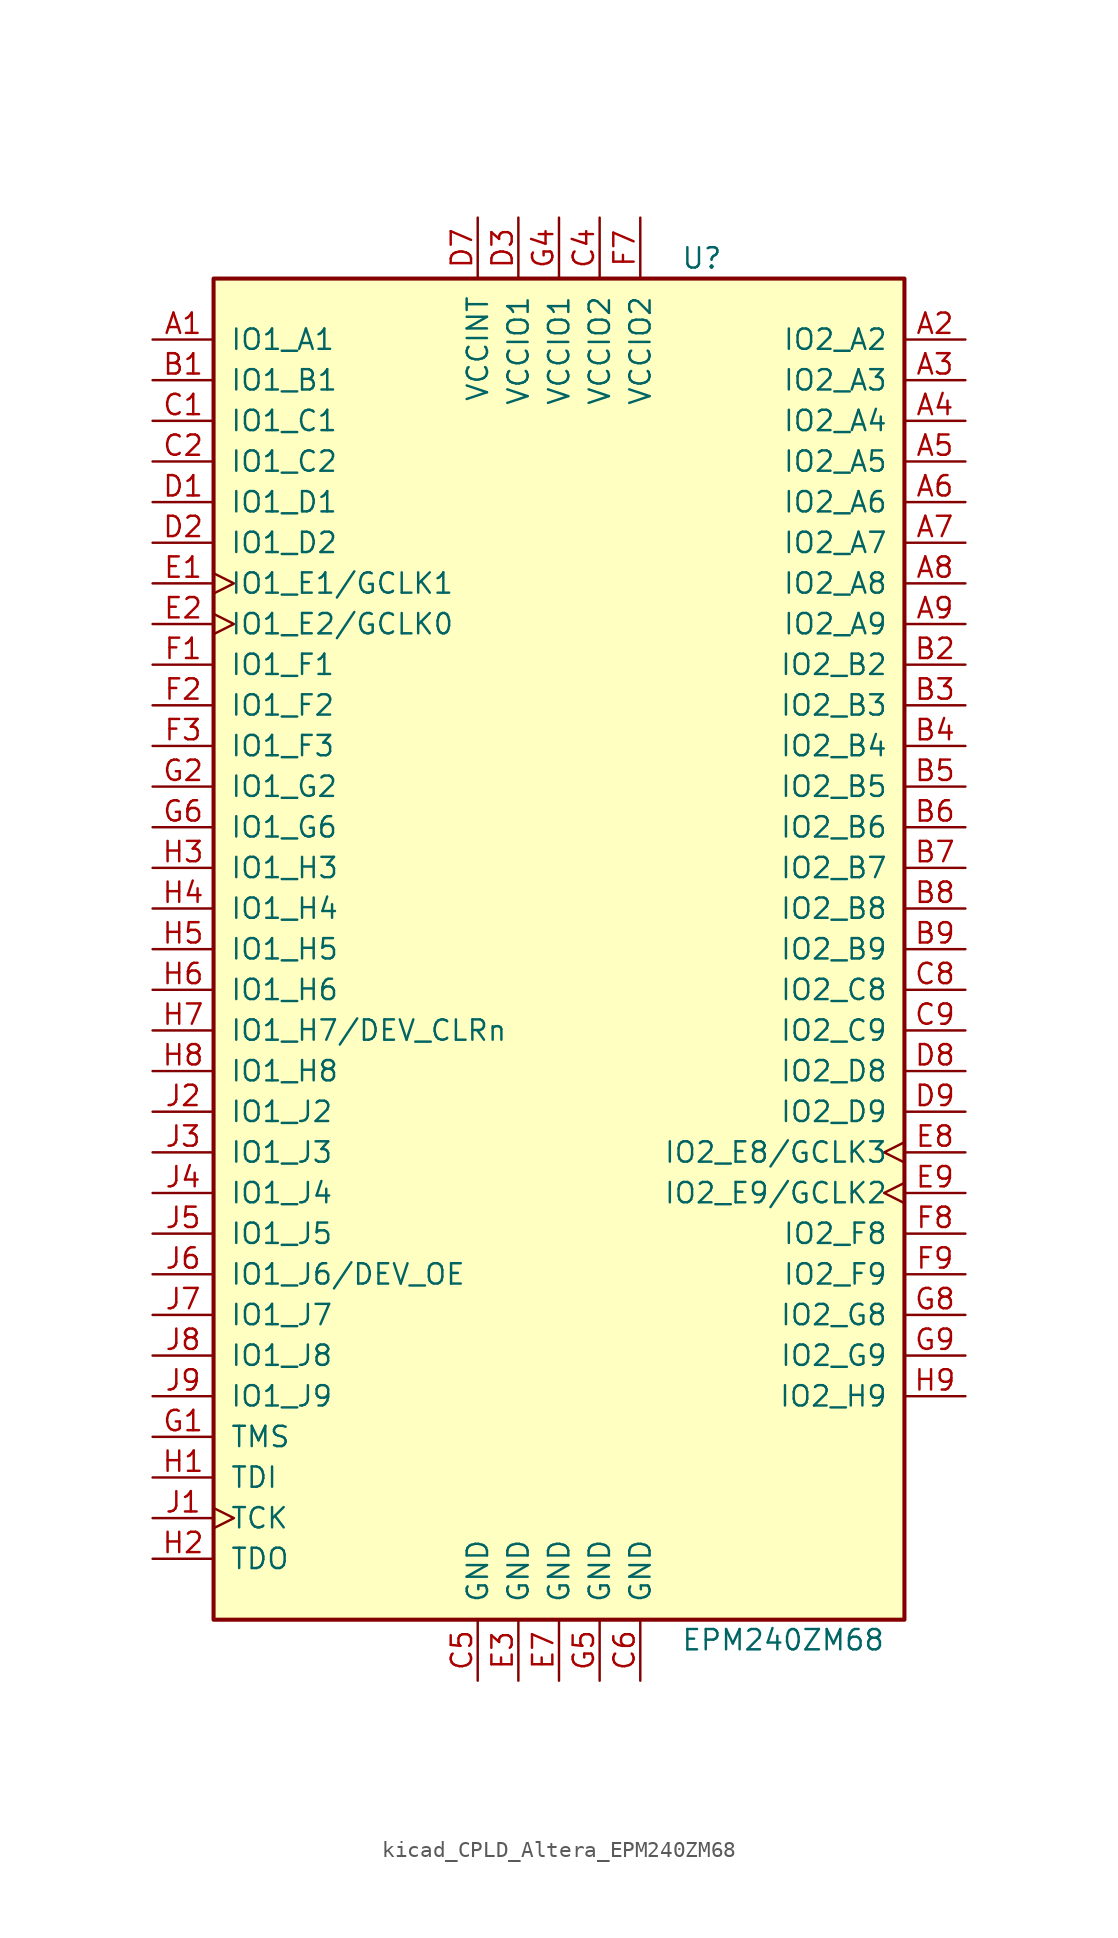
<source format=kicad_sym>
(kicad_symbol_lib
  (version 20220914)
  (generator kicad_symbol_editor)
  (symbol "kicad_CPLD_Altera_EPM240ZM68"
    (pin_names
      (offset 1.016))
    (property "Reference" "U"
      (at 7.62 43.18 0)
      (effects (font (size 1.27 1.27)) (justify left)))
    (property "Value" "EPM240ZM68"
      (at 7.62 -43.18 0)
      (effects (font (size 1.27 1.27)) (justify left)))
    (property "ki_locked" ""
      (at 0 0 0)
      (effects (font (size 1.27 1.27))))
    (symbol "kicad_CPLD_Altera_EPM240ZM68_1_1"
      (rectangle (start -21.59 41.91) (end 21.59 -41.91) (stroke (width 0.254) (type default)) (fill (type background)))
      (pin bidirectional line (at -25.4 38.1 0) (length 3.81) (name "IO1_A1" (effects (font (size 1.27 1.27)))) (number "A1" (effects (font (size 1.27 1.27)))))
      (pin bidirectional line (at 25.4 38.1 180) (length 3.81) (name "IO2_A2" (effects (font (size 1.27 1.27)))) (number "A2" (effects (font (size 1.27 1.27)))))
      (pin bidirectional line (at 25.4 35.56 180) (length 3.81) (name "IO2_A3" (effects (font (size 1.27 1.27)))) (number "A3" (effects (font (size 1.27 1.27)))))
      (pin bidirectional line (at 25.4 33.02 180) (length 3.81) (name "IO2_A4" (effects (font (size 1.27 1.27)))) (number "A4" (effects (font (size 1.27 1.27)))))
      (pin bidirectional line (at 25.4 30.48 180) (length 3.81) (name "IO2_A5" (effects (font (size 1.27 1.27)))) (number "A5" (effects (font (size 1.27 1.27)))))
      (pin bidirectional line (at 25.4 27.94 180) (length 3.81) (name "IO2_A6" (effects (font (size 1.27 1.27)))) (number "A6" (effects (font (size 1.27 1.27)))))
      (pin bidirectional line (at 25.4 25.4 180) (length 3.81) (name "IO2_A7" (effects (font (size 1.27 1.27)))) (number "A7" (effects (font (size 1.27 1.27)))))
      (pin bidirectional line (at 25.4 22.86 180) (length 3.81) (name "IO2_A8" (effects (font (size 1.27 1.27)))) (number "A8" (effects (font (size 1.27 1.27)))))
      (pin bidirectional line (at 25.4 20.32 180) (length 3.81) (name "IO2_A9" (effects (font (size 1.27 1.27)))) (number "A9" (effects (font (size 1.27 1.27)))))
      (pin bidirectional line (at -25.4 35.56 0) (length 3.81) (name "IO1_B1" (effects (font (size 1.27 1.27)))) (number "B1" (effects (font (size 1.27 1.27)))))
      (pin bidirectional line (at 25.4 17.78 180) (length 3.81) (name "IO2_B2" (effects (font (size 1.27 1.27)))) (number "B2" (effects (font (size 1.27 1.27)))))
      (pin bidirectional line (at 25.4 15.24 180) (length 3.81) (name "IO2_B3" (effects (font (size 1.27 1.27)))) (number "B3" (effects (font (size 1.27 1.27)))))
      (pin bidirectional line (at 25.4 12.7 180) (length 3.81) (name "IO2_B4" (effects (font (size 1.27 1.27)))) (number "B4" (effects (font (size 1.27 1.27)))))
      (pin bidirectional line (at 25.4 10.16 180) (length 3.81) (name "IO2_B5" (effects (font (size 1.27 1.27)))) (number "B5" (effects (font (size 1.27 1.27)))))
      (pin bidirectional line (at 25.4 7.62 180) (length 3.81) (name "IO2_B6" (effects (font (size 1.27 1.27)))) (number "B6" (effects (font (size 1.27 1.27)))))
      (pin bidirectional line (at 25.4 5.08 180) (length 3.81) (name "IO2_B7" (effects (font (size 1.27 1.27)))) (number "B7" (effects (font (size 1.27 1.27)))))
      (pin bidirectional line (at 25.4 2.54 180) (length 3.81) (name "IO2_B8" (effects (font (size 1.27 1.27)))) (number "B8" (effects (font (size 1.27 1.27)))))
      (pin bidirectional line (at 25.4 0 180) (length 3.81) (name "IO2_B9" (effects (font (size 1.27 1.27)))) (number "B9" (effects (font (size 1.27 1.27)))))
      (pin bidirectional line (at -25.4 33.02 0) (length 3.81) (name "IO1_C1" (effects (font (size 1.27 1.27)))) (number "C1" (effects (font (size 1.27 1.27)))))
      (pin bidirectional line (at -25.4 30.48 0) (length 3.81) (name "IO1_C2" (effects (font (size 1.27 1.27)))) (number "C2" (effects (font (size 1.27 1.27)))))
      (pin power_in line (at 2.54 45.72 270) (length 3.81) (name "VCCIO2" (effects (font (size 1.27 1.27)))) (number "C4" (effects (font (size 1.27 1.27)))))
      (pin power_in line (at -5.08 -45.72 90) (length 3.81) (name "GND" (effects (font (size 1.27 1.27)))) (number "C5" (effects (font (size 1.27 1.27)))))
      (pin power_in line (at 5.08 -45.72 90) (length 3.81) (name "GND" (effects (font (size 1.27 1.27)))) (number "C6" (effects (font (size 1.27 1.27)))))
      (pin bidirectional line (at 25.4 -2.54 180) (length 3.81) (name "IO2_C8" (effects (font (size 1.27 1.27)))) (number "C8" (effects (font (size 1.27 1.27)))))
      (pin bidirectional line (at 25.4 -5.08 180) (length 3.81) (name "IO2_C9" (effects (font (size 1.27 1.27)))) (number "C9" (effects (font (size 1.27 1.27)))))
      (pin bidirectional line (at -25.4 27.94 0) (length 3.81) (name "IO1_D1" (effects (font (size 1.27 1.27)))) (number "D1" (effects (font (size 1.27 1.27)))))
      (pin bidirectional line (at -25.4 25.4 0) (length 3.81) (name "IO1_D2" (effects (font (size 1.27 1.27)))) (number "D2" (effects (font (size 1.27 1.27)))))
      (pin power_in line (at -2.54 45.72 270) (length 3.81) (name "VCCIO1" (effects (font (size 1.27 1.27)))) (number "D3" (effects (font (size 1.27 1.27)))))
      (pin power_in line (at -5.08 45.72 270) (length 3.81) (name "VCCINT" (effects (font (size 1.27 1.27)))) (number "D7" (effects (font (size 1.27 1.27)))))
      (pin bidirectional line (at 25.4 -7.62 180) (length 3.81) (name "IO2_D8" (effects (font (size 1.27 1.27)))) (number "D8" (effects (font (size 1.27 1.27)))))
      (pin bidirectional line (at 25.4 -10.16 180) (length 3.81) (name "IO2_D9" (effects (font (size 1.27 1.27)))) (number "D9" (effects (font (size 1.27 1.27)))))
      (pin bidirectional clock (at -25.4 22.86 0) (length 3.81) (name "IO1_E1/GCLK1" (effects (font (size 1.27 1.27)))) (number "E1" (effects (font (size 1.27 1.27)))))
      (pin bidirectional clock (at -25.4 20.32 0) (length 3.81) (name "IO1_E2/GCLK0" (effects (font (size 1.27 1.27)))) (number "E2" (effects (font (size 1.27 1.27)))))
      (pin power_in line (at -2.54 -45.72 90) (length 3.81) (name "GND" (effects (font (size 1.27 1.27)))) (number "E3" (effects (font (size 1.27 1.27)))))
      (pin power_in line (at 0 -45.72 90) (length 3.81) (name "GND" (effects (font (size 1.27 1.27)))) (number "E7" (effects (font (size 1.27 1.27)))))
      (pin bidirectional clock (at 25.4 -12.7 180) (length 3.81) (name "IO2_E8/GCLK3" (effects (font (size 1.27 1.27)))) (number "E8" (effects (font (size 1.27 1.27)))))
      (pin bidirectional clock (at 25.4 -15.24 180) (length 3.81) (name "IO2_E9/GCLK2" (effects (font (size 1.27 1.27)))) (number "E9" (effects (font (size 1.27 1.27)))))
      (pin bidirectional line (at -25.4 17.78 0) (length 3.81) (name "IO1_F1" (effects (font (size 1.27 1.27)))) (number "F1" (effects (font (size 1.27 1.27)))))
      (pin bidirectional line (at -25.4 15.24 0) (length 3.81) (name "IO1_F2" (effects (font (size 1.27 1.27)))) (number "F2" (effects (font (size 1.27 1.27)))))
      (pin bidirectional line (at -25.4 12.7 0) (length 3.81) (name "IO1_F3" (effects (font (size 1.27 1.27)))) (number "F3" (effects (font (size 1.27 1.27)))))
      (pin power_in line (at 5.08 45.72 270) (length 3.81) (name "VCCIO2" (effects (font (size 1.27 1.27)))) (number "F7" (effects (font (size 1.27 1.27)))))
      (pin bidirectional line (at 25.4 -17.78 180) (length 3.81) (name "IO2_F8" (effects (font (size 1.27 1.27)))) (number "F8" (effects (font (size 1.27 1.27)))))
      (pin bidirectional line (at 25.4 -20.32 180) (length 3.81) (name "IO2_F9" (effects (font (size 1.27 1.27)))) (number "F9" (effects (font (size 1.27 1.27)))))
      (pin input line (at -25.4 -30.48 0) (length 3.81) (name "TMS" (effects (font (size 1.27 1.27)))) (number "G1" (effects (font (size 1.27 1.27)))))
      (pin bidirectional line (at -25.4 10.16 0) (length 3.81) (name "IO1_G2" (effects (font (size 1.27 1.27)))) (number "G2" (effects (font (size 1.27 1.27)))))
      (pin power_in line (at 0 45.72 270) (length 3.81) (name "VCCIO1" (effects (font (size 1.27 1.27)))) (number "G4" (effects (font (size 1.27 1.27)))))
      (pin power_in line (at 2.54 -45.72 90) (length 3.81) (name "GND" (effects (font (size 1.27 1.27)))) (number "G5" (effects (font (size 1.27 1.27)))))
      (pin bidirectional line (at -25.4 7.62 0) (length 3.81) (name "IO1_G6" (effects (font (size 1.27 1.27)))) (number "G6" (effects (font (size 1.27 1.27)))))
      (pin bidirectional line (at 25.4 -22.86 180) (length 3.81) (name "IO2_G8" (effects (font (size 1.27 1.27)))) (number "G8" (effects (font (size 1.27 1.27)))))
      (pin bidirectional line (at 25.4 -25.4 180) (length 3.81) (name "IO2_G9" (effects (font (size 1.27 1.27)))) (number "G9" (effects (font (size 1.27 1.27)))))
      (pin input line (at -25.4 -33.02 0) (length 3.81) (name "TDI" (effects (font (size 1.27 1.27)))) (number "H1" (effects (font (size 1.27 1.27)))))
      (pin output line (at -25.4 -38.1 0) (length 3.81) (name "TDO" (effects (font (size 1.27 1.27)))) (number "H2" (effects (font (size 1.27 1.27)))))
      (pin bidirectional line (at -25.4 5.08 0) (length 3.81) (name "IO1_H3" (effects (font (size 1.27 1.27)))) (number "H3" (effects (font (size 1.27 1.27)))))
      (pin bidirectional line (at -25.4 2.54 0) (length 3.81) (name "IO1_H4" (effects (font (size 1.27 1.27)))) (number "H4" (effects (font (size 1.27 1.27)))))
      (pin bidirectional line (at -25.4 0 0) (length 3.81) (name "IO1_H5" (effects (font (size 1.27 1.27)))) (number "H5" (effects (font (size 1.27 1.27)))))
      (pin bidirectional line (at -25.4 -2.54 0) (length 3.81) (name "IO1_H6" (effects (font (size 1.27 1.27)))) (number "H6" (effects (font (size 1.27 1.27)))))
      (pin bidirectional line (at -25.4 -5.08 0) (length 3.81) (name "IO1_H7/DEV_CLRn" (effects (font (size 1.27 1.27)))) (number "H7" (effects (font (size 1.27 1.27)))))
      (pin bidirectional line (at -25.4 -7.62 0) (length 3.81) (name "IO1_H8" (effects (font (size 1.27 1.27)))) (number "H8" (effects (font (size 1.27 1.27)))))
      (pin bidirectional line (at 25.4 -27.94 180) (length 3.81) (name "IO2_H9" (effects (font (size 1.27 1.27)))) (number "H9" (effects (font (size 1.27 1.27)))))
      (pin input clock (at -25.4 -35.56 0) (length 3.81) (name "TCK" (effects (font (size 1.27 1.27)))) (number "J1" (effects (font (size 1.27 1.27)))))
      (pin bidirectional line (at -25.4 -10.16 0) (length 3.81) (name "IO1_J2" (effects (font (size 1.27 1.27)))) (number "J2" (effects (font (size 1.27 1.27)))))
      (pin bidirectional line (at -25.4 -12.7 0) (length 3.81) (name "IO1_J3" (effects (font (size 1.27 1.27)))) (number "J3" (effects (font (size 1.27 1.27)))))
      (pin bidirectional line (at -25.4 -15.24 0) (length 3.81) (name "IO1_J4" (effects (font (size 1.27 1.27)))) (number "J4" (effects (font (size 1.27 1.27)))))
      (pin bidirectional line (at -25.4 -17.78 0) (length 3.81) (name "IO1_J5" (effects (font (size 1.27 1.27)))) (number "J5" (effects (font (size 1.27 1.27)))))
      (pin bidirectional line (at -25.4 -20.32 0) (length 3.81) (name "IO1_J6/DEV_OE" (effects (font (size 1.27 1.27)))) (number "J6" (effects (font (size 1.27 1.27)))))
      (pin bidirectional line (at -25.4 -22.86 0) (length 3.81) (name "IO1_J7" (effects (font (size 1.27 1.27)))) (number "J7" (effects (font (size 1.27 1.27)))))
      (pin bidirectional line (at -25.4 -25.4 0) (length 3.81) (name "IO1_J8" (effects (font (size 1.27 1.27)))) (number "J8" (effects (font (size 1.27 1.27)))))
      (pin bidirectional line (at -25.4 -27.94 0) (length 3.81) (name "IO1_J9" (effects (font (size 1.27 1.27)))) (number "J9" (effects (font (size 1.27 1.27))))))))
</source>
